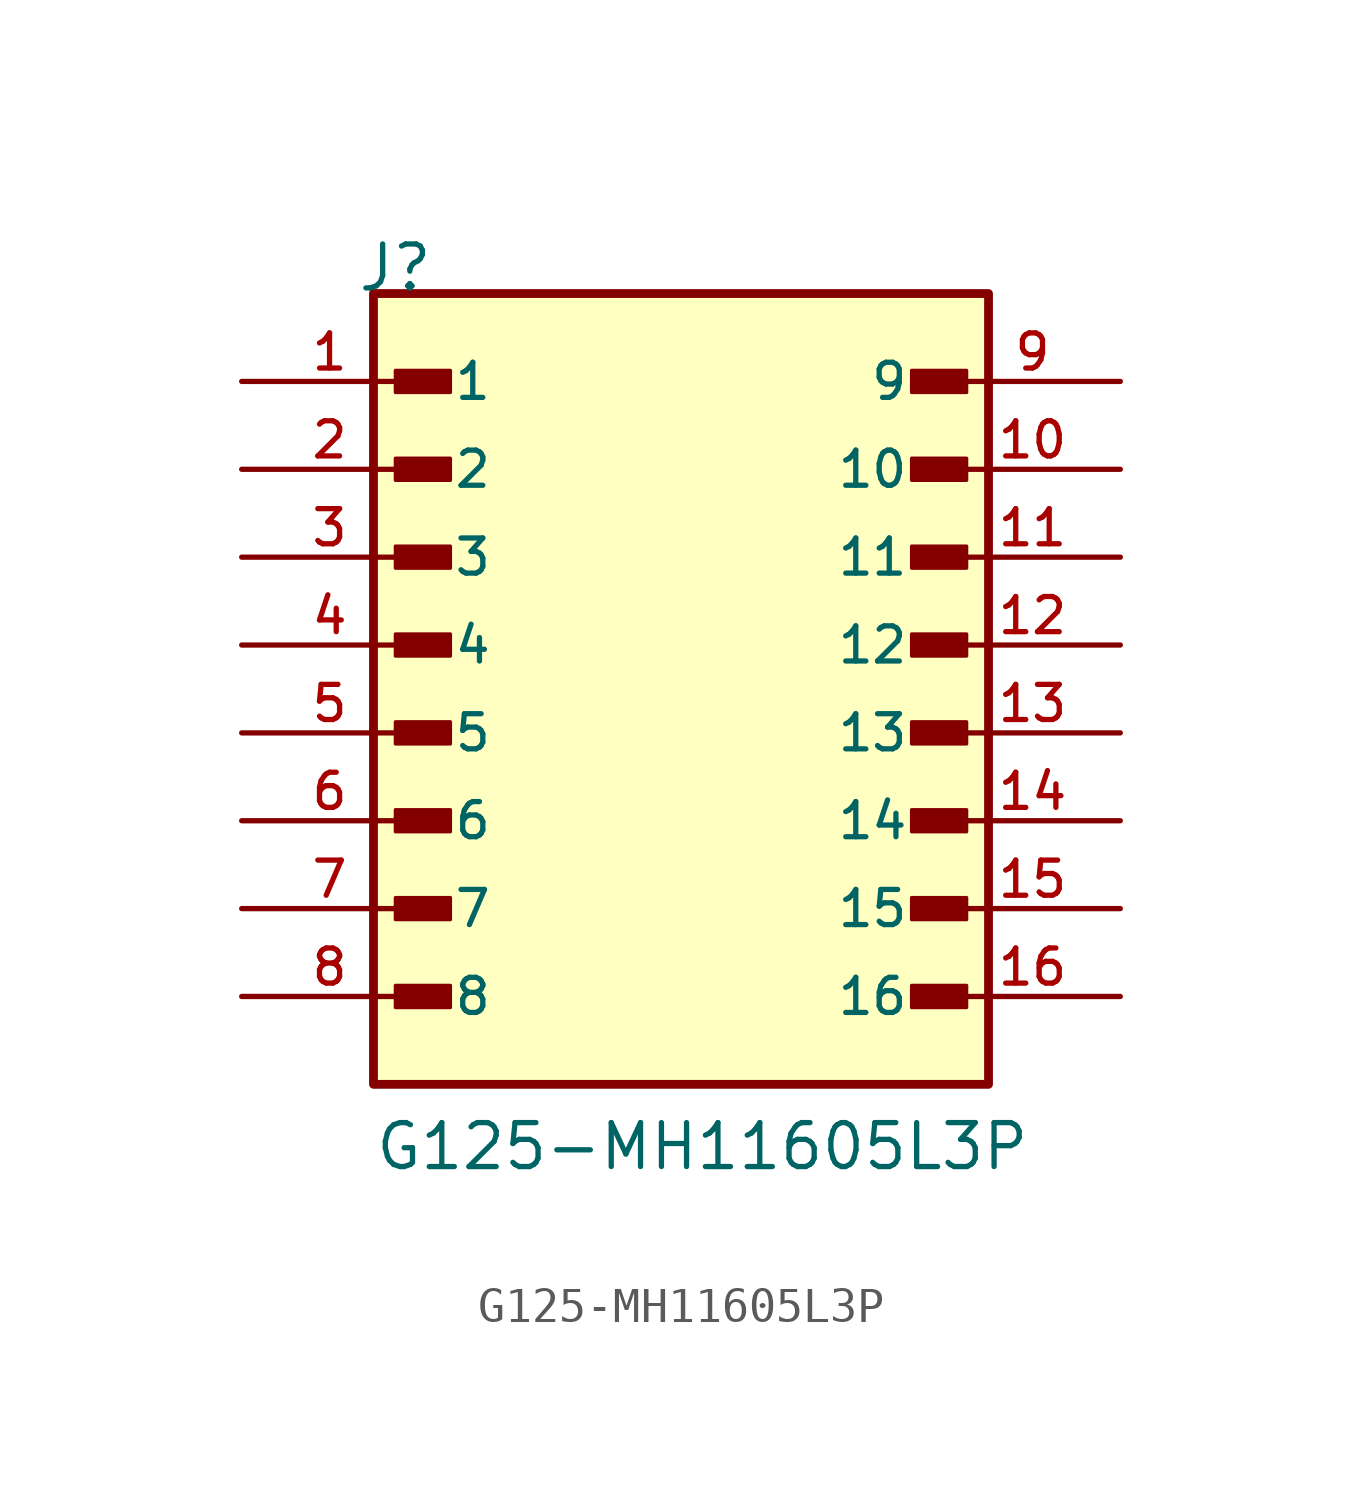
<source format=kicad_sym>
(kicad_symbol_lib
  (version 20241209)
  (generator "kicad_symbol_editor")
  (generator_version "9.0")
  (symbol "G125-MH11605L3P"
    (pin_names
      (offset 1.016))
    (property "Reference" "J"
      (at -9.39 12.7 0)
      (effects (font (size 1.27 1.27)) (justify left bottom)))
    (property "Value" "G125-MH11605L3P"
      (at -8.89 -12.7 0)
      (effects (font (size 1.27 1.27)) (justify left bottom)))
    (symbol "G125-MH11605L3P_0_0"
      (rectangle (start -8.89 -10.16) (end 8.89 12.7) (stroke (width 0.254) (type default)) (fill (type background)))
      (rectangle (start -8.255 9.842) (end -6.668 10.477) (stroke (width 0.1) (type default)) (fill (type outline)))
      (rectangle (start -8.255 7.303) (end -6.668 7.938) (stroke (width 0.1) (type default)) (fill (type outline)))
      (rectangle (start -8.255 4.763) (end -6.668 5.397) (stroke (width 0.1) (type default)) (fill (type outline)))
      (rectangle (start -8.255 2.223) (end -6.668 2.857) (stroke (width 0.1) (type default)) (fill (type outline)))
      (rectangle (start -8.255 -0.318) (end -6.668 0.318) (stroke (width 0.1) (type default)) (fill (type outline)))
      (rectangle (start -8.255 -2.857) (end -6.668 -2.223) (stroke (width 0.1) (type default)) (fill (type outline)))
      (rectangle (start -8.255 -5.397) (end -6.668 -4.763) (stroke (width 0.1) (type default)) (fill (type outline)))
      (rectangle (start -8.255 -7.938) (end -6.668 -7.303) (stroke (width 0.1) (type default)) (fill (type outline)))
      (rectangle (start 8.255 9.842) (end 6.668 10.477) (stroke (width 0.1) (type default)) (fill (type outline)))
      (rectangle (start 8.255 7.303) (end 6.668 7.938) (stroke (width 0.1) (type default)) (fill (type outline)))
      (rectangle (start 8.255 4.763) (end 6.668 5.397) (stroke (width 0.1) (type default)) (fill (type outline)))
      (rectangle (start 8.255 2.223) (end 6.668 2.857) (stroke (width 0.1) (type default)) (fill (type outline)))
      (rectangle (start 8.255 -0.318) (end 6.668 0.318) (stroke (width 0.1) (type default)) (fill (type outline)))
      (rectangle (start 8.255 -2.857) (end 6.668 -2.223) (stroke (width 0.1) (type default)) (fill (type outline)))
      (rectangle (start 8.255 -5.397) (end 6.668 -4.763) (stroke (width 0.1) (type default)) (fill (type outline)))
      (rectangle (start 8.255 -7.938) (end 6.668 -7.303) (stroke (width 0.1) (type default)) (fill (type outline)))
      (pin passive line (at -12.7 10.16 0) (length 5.08) (name "1" (effects (font (size 1.016 1.016)))) (number "1" (effects (font (size 1.016 1.016)))))
      (pin passive line (at -12.7 7.62 0) (length 5.08) (name "2" (effects (font (size 1.016 1.016)))) (number "2" (effects (font (size 1.016 1.016)))))
      (pin passive line (at -12.7 5.08 0) (length 5.08) (name "3" (effects (font (size 1.016 1.016)))) (number "3" (effects (font (size 1.016 1.016)))))
      (pin passive line (at -12.7 2.54 0) (length 5.08) (name "4" (effects (font (size 1.016 1.016)))) (number "4" (effects (font (size 1.016 1.016)))))
      (pin passive line (at -12.7 0 0) (length 5.08) (name "5" (effects (font (size 1.016 1.016)))) (number "5" (effects (font (size 1.016 1.016)))))
      (pin passive line (at -12.7 -2.54 0) (length 5.08) (name "6" (effects (font (size 1.016 1.016)))) (number "6" (effects (font (size 1.016 1.016)))))
      (pin passive line (at -12.7 -5.08 0) (length 5.08) (name "7" (effects (font (size 1.016 1.016)))) (number "7" (effects (font (size 1.016 1.016)))))
      (pin passive line (at -12.7 -7.62 0) (length 5.08) (name "8" (effects (font (size 1.016 1.016)))) (number "8" (effects (font (size 1.016 1.016)))))
      (pin passive line (at 12.7 10.16 180) (length 5.08) (name "9" (effects (font (size 1.016 1.016)))) (number "9" (effects (font (size 1.016 1.016)))))
      (pin passive line (at 12.7 7.62 180) (length 5.08) (name "10" (effects (font (size 1.016 1.016)))) (number "10" (effects (font (size 1.016 1.016)))))
      (pin passive line (at 12.7 5.08 180) (length 5.08) (name "11" (effects (font (size 1.016 1.016)))) (number "11" (effects (font (size 1.016 1.016)))))
      (pin passive line (at 12.7 2.54 180) (length 5.08) (name "12" (effects (font (size 1.016 1.016)))) (number "12" (effects (font (size 1.016 1.016)))))
      (pin passive line (at 12.7 0 180) (length 5.08) (name "13" (effects (font (size 1.016 1.016)))) (number "13" (effects (font (size 1.016 1.016)))))
      (pin passive line (at 12.7 -2.54 180) (length 5.08) (name "14" (effects (font (size 1.016 1.016)))) (number "14" (effects (font (size 1.016 1.016)))))
      (pin passive line (at 12.7 -5.08 180) (length 5.08) (name "15" (effects (font (size 1.016 1.016)))) (number "15" (effects (font (size 1.016 1.016)))))
      (pin passive line (at 12.7 -7.62 180) (length 5.08) (name "16" (effects (font (size 1.016 1.016)))) (number "16" (effects (font (size 1.016 1.016))))))))
</source>
